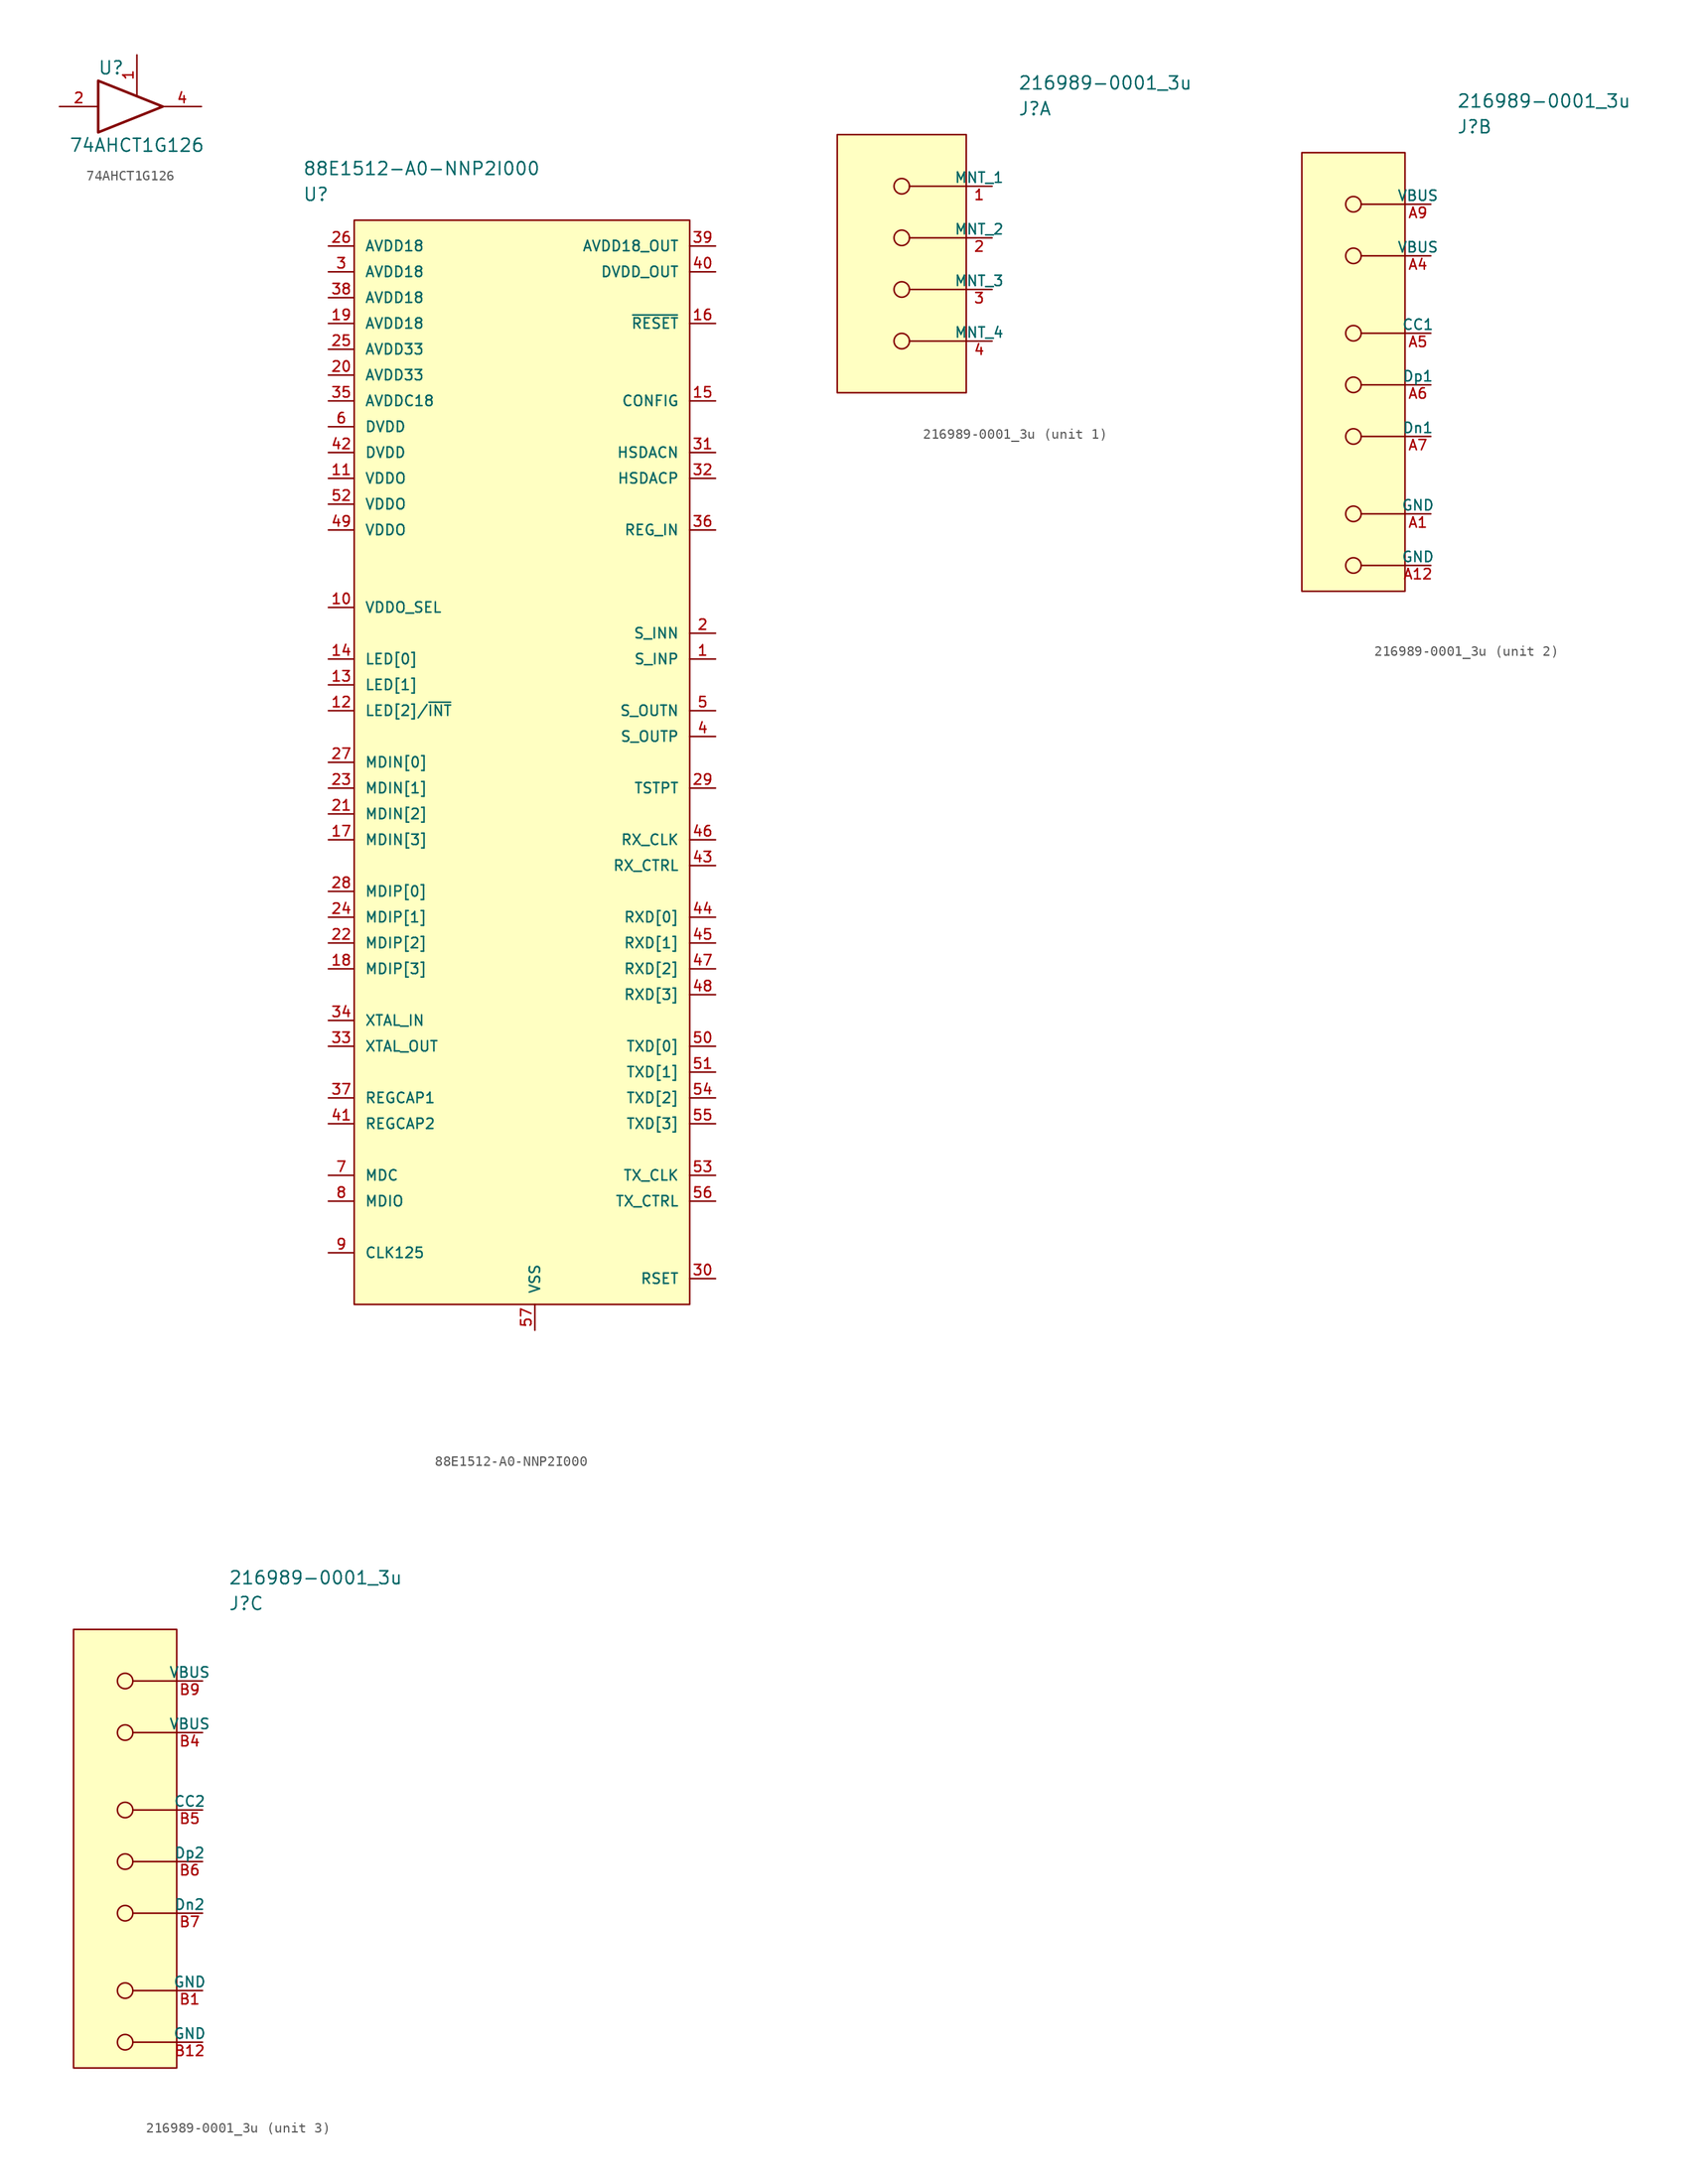
<source format=kicad_sym>
(kicad_symbol_lib
  (version 20220914)
  (generator kicad_symbol_editor)
  (symbol "74AHCT1G126"
    (pin_names
      (offset 1.016))
    (property "Reference" "U"
      (at -2.54 3.81 0)
      (effects (font (size 1.27 1.27))))
    (property "Value" "74AHCT1G126"
      (at 0 -3.81 0)
      (effects (font (size 1.27 1.27))))
    (symbol "74AHCT1G126_0_1"
      (polyline (pts (xy -3.81 2.54) (xy -3.81 -2.54) (xy 2.54 0) (xy -3.81 2.54)) (stroke (width 0.254) (type default)) (fill (type none))))
    (symbol "74AHCT1G126_1_1"
      (pin input line (at 0 5.08 270) (length 3.937) (name "~" (effects (font (size 1.016 1.016)))) (number "1" (effects (font (size 1.016 1.016)))))
      (pin input line (at -7.62 0 0) (length 3.81) (name "~" (effects (font (size 1.016 1.016)))) (number "2" (effects (font (size 1.016 1.016)))))
      (pin passive line (at 1.27 -1.27 270) (length 0) hide (name "GND" (effects (font (size 1.016 1.016)))) (number "3" (effects (font (size 1.016 1.016)))))
      (pin tri_state line (at 6.35 0 180) (length 3.81) (name "~" (effects (font (size 1.016 1.016)))) (number "4" (effects (font (size 1.016 1.016)))))
      (pin passive line (at 1.27 1.27 90) (length 0) hide (name "VCC" (effects (font (size 1.016 1.016)))) (number "5" (effects (font (size 1.016 1.016)))))))
  (symbol "88E1512-A0-NNP2I000"
    (pin_names
      (offset 1.016))
    (property "Reference" "U"
      (at 0 5.08 0)
      (effects (font (size 1.27 1.27)) (justify left)))
    (property "Value" "88E1512-A0-NNP2I000"
      (at 0 7.62 0)
      (effects (font (size 1.27 1.27)) (justify left)))
    (symbol "88E1512-A0-NNP2I000_1_1"
      (rectangle (start 5.08 2.54) (end 38.1 -104.14) (stroke (width 0) (type default)) (fill (type background)))
      (pin input line (at 40.64 -40.64 180) (length 2.54) (name "S_INP" (effects (font (size 1.016 1.016)))) (number "1" (effects (font (size 1.016 1.016)))))
      (pin power_in line (at 2.54 -35.56 0) (length 2.54) (name "VDDO_SEL" (effects (font (size 1.016 1.016)))) (number "10" (effects (font (size 1.016 1.016)))))
      (pin power_in line (at 2.54 -22.86 0) (length 2.54) (name "VDDO" (effects (font (size 1.016 1.016)))) (number "11" (effects (font (size 1.016 1.016)))))
      (pin output line (at 2.54 -45.72 0) (length 2.54) (name "LED[2]/~{INT}" (effects (font (size 1.016 1.016)))) (number "12" (effects (font (size 1.016 1.016)))))
      (pin bidirectional line (at 2.54 -43.18 0) (length 2.54) (name "LED[1]" (effects (font (size 1.016 1.016)))) (number "13" (effects (font (size 1.016 1.016)))))
      (pin output line (at 2.54 -40.64 0) (length 2.54) (name "LED[0]" (effects (font (size 1.016 1.016)))) (number "14" (effects (font (size 1.016 1.016)))))
      (pin input line (at 40.64 -15.24 180) (length 2.54) (name "CONFIG" (effects (font (size 1.016 1.016)))) (number "15" (effects (font (size 1.016 1.016)))))
      (pin input line (at 40.64 -7.62 180) (length 2.54) (name "~{RESET}" (effects (font (size 1.016 1.016)))) (number "16" (effects (font (size 1.016 1.016)))))
      (pin bidirectional line (at 2.54 -58.42 0) (length 2.54) (name "MDIN[3]" (effects (font (size 1.016 1.016)))) (number "17" (effects (font (size 1.016 1.016)))))
      (pin bidirectional line (at 2.54 -71.12 0) (length 2.54) (name "MDIP[3]" (effects (font (size 1.016 1.016)))) (number "18" (effects (font (size 1.016 1.016)))))
      (pin power_in line (at 2.54 -7.62 0) (length 2.54) (name "AVDD18" (effects (font (size 1.016 1.016)))) (number "19" (effects (font (size 1.016 1.016)))))
      (pin input line (at 40.64 -38.1 180) (length 2.54) (name "S_INN" (effects (font (size 1.016 1.016)))) (number "2" (effects (font (size 1.016 1.016)))))
      (pin power_in line (at 2.54 -12.7 0) (length 2.54) (name "AVDD33" (effects (font (size 1.016 1.016)))) (number "20" (effects (font (size 1.016 1.016)))))
      (pin bidirectional line (at 2.54 -55.88 0) (length 2.54) (name "MDIN[2]" (effects (font (size 1.016 1.016)))) (number "21" (effects (font (size 1.016 1.016)))))
      (pin bidirectional line (at 2.54 -68.58 0) (length 2.54) (name "MDIP[2]" (effects (font (size 1.016 1.016)))) (number "22" (effects (font (size 1.016 1.016)))))
      (pin bidirectional line (at 2.54 -53.34 0) (length 2.54) (name "MDIN[1]" (effects (font (size 1.016 1.016)))) (number "23" (effects (font (size 1.016 1.016)))))
      (pin bidirectional line (at 2.54 -66.04 0) (length 2.54) (name "MDIP[1]" (effects (font (size 1.016 1.016)))) (number "24" (effects (font (size 1.016 1.016)))))
      (pin power_in line (at 2.54 -10.16 0) (length 2.54) (name "AVDD33" (effects (font (size 1.016 1.016)))) (number "25" (effects (font (size 1.016 1.016)))))
      (pin power_in line (at 2.54 0 0) (length 2.54) (name "AVDD18" (effects (font (size 1.016 1.016)))) (number "26" (effects (font (size 1.016 1.016)))))
      (pin bidirectional line (at 2.54 -50.8 0) (length 2.54) (name "MDIN[0]" (effects (font (size 1.016 1.016)))) (number "27" (effects (font (size 1.016 1.016)))))
      (pin bidirectional line (at 2.54 -63.5 0) (length 2.54) (name "MDIP[0]" (effects (font (size 1.016 1.016)))) (number "28" (effects (font (size 1.016 1.016)))))
      (pin output line (at 40.64 -53.34 180) (length 2.54) (name "TSTPT" (effects (font (size 1.016 1.016)))) (number "29" (effects (font (size 1.016 1.016)))))
      (pin power_in line (at 2.54 -2.54 0) (length 2.54) (name "AVDD18" (effects (font (size 1.016 1.016)))) (number "3" (effects (font (size 1.016 1.016)))))
      (pin input line (at 40.64 -101.6 180) (length 2.54) (name "RSET" (effects (font (size 1.016 1.016)))) (number "30" (effects (font (size 1.016 1.016)))))
      (pin output line (at 40.64 -20.32 180) (length 2.54) (name "HSDACN" (effects (font (size 1.016 1.016)))) (number "31" (effects (font (size 1.016 1.016)))))
      (pin output line (at 40.64 -22.86 180) (length 2.54) (name "HSDACP" (effects (font (size 1.016 1.016)))) (number "32" (effects (font (size 1.016 1.016)))))
      (pin output line (at 2.54 -78.74 0) (length 2.54) (name "XTAL_OUT" (effects (font (size 1.016 1.016)))) (number "33" (effects (font (size 1.016 1.016)))))
      (pin input line (at 2.54 -76.2 0) (length 2.54) (name "XTAL_IN" (effects (font (size 1.016 1.016)))) (number "34" (effects (font (size 1.016 1.016)))))
      (pin power_in line (at 2.54 -15.24 0) (length 2.54) (name "AVDDC18" (effects (font (size 1.016 1.016)))) (number "35" (effects (font (size 1.016 1.016)))))
      (pin power_in line (at 40.64 -27.94 180) (length 2.54) (name "REG_IN" (effects (font (size 1.016 1.016)))) (number "36" (effects (font (size 1.016 1.016)))))
      (pin passive line (at 2.54 -83.82 0) (length 2.54) (name "REGCAP1" (effects (font (size 1.016 1.016)))) (number "37" (effects (font (size 1.016 1.016)))))
      (pin power_in line (at 2.54 -5.08 0) (length 2.54) (name "AVDD18" (effects (font (size 1.016 1.016)))) (number "38" (effects (font (size 1.016 1.016)))))
      (pin power_in line (at 40.64 0 180) (length 2.54) (name "AVDD18_OUT" (effects (font (size 1.016 1.016)))) (number "39" (effects (font (size 1.016 1.016)))))
      (pin output line (at 40.64 -48.26 180) (length 2.54) (name "S_OUTP" (effects (font (size 1.016 1.016)))) (number "4" (effects (font (size 1.016 1.016)))))
      (pin power_in line (at 40.64 -2.54 180) (length 2.54) (name "DVDD_OUT" (effects (font (size 1.016 1.016)))) (number "40" (effects (font (size 1.016 1.016)))))
      (pin passive line (at 2.54 -86.36 0) (length 2.54) (name "REGCAP2" (effects (font (size 1.016 1.016)))) (number "41" (effects (font (size 1.016 1.016)))))
      (pin power_in line (at 2.54 -20.32 0) (length 2.54) (name "DVDD" (effects (font (size 1.016 1.016)))) (number "42" (effects (font (size 1.016 1.016)))))
      (pin output line (at 40.64 -60.96 180) (length 2.54) (name "RX_CTRL" (effects (font (size 1.016 1.016)))) (number "43" (effects (font (size 1.016 1.016)))))
      (pin output line (at 40.64 -66.04 180) (length 2.54) (name "RXD[0]" (effects (font (size 1.016 1.016)))) (number "44" (effects (font (size 1.016 1.016)))))
      (pin output line (at 40.64 -68.58 180) (length 2.54) (name "RXD[1]" (effects (font (size 1.016 1.016)))) (number "45" (effects (font (size 1.016 1.016)))))
      (pin output line (at 40.64 -58.42 180) (length 2.54) (name "RX_CLK" (effects (font (size 1.016 1.016)))) (number "46" (effects (font (size 1.016 1.016)))))
      (pin output line (at 40.64 -71.12 180) (length 2.54) (name "RXD[2]" (effects (font (size 1.016 1.016)))) (number "47" (effects (font (size 1.016 1.016)))))
      (pin output line (at 40.64 -73.66 180) (length 2.54) (name "RXD[3]" (effects (font (size 1.016 1.016)))) (number "48" (effects (font (size 1.016 1.016)))))
      (pin power_in line (at 2.54 -27.94 0) (length 2.54) (name "VDDO" (effects (font (size 1.016 1.016)))) (number "49" (effects (font (size 1.016 1.016)))))
      (pin output line (at 40.64 -45.72 180) (length 2.54) (name "S_OUTN" (effects (font (size 1.016 1.016)))) (number "5" (effects (font (size 1.016 1.016)))))
      (pin input line (at 40.64 -78.74 180) (length 2.54) (name "TXD[0]" (effects (font (size 1.016 1.016)))) (number "50" (effects (font (size 1.016 1.016)))))
      (pin input line (at 40.64 -81.28 180) (length 2.54) (name "TXD[1]" (effects (font (size 1.016 1.016)))) (number "51" (effects (font (size 1.016 1.016)))))
      (pin power_in line (at 2.54 -25.4 0) (length 2.54) (name "VDDO" (effects (font (size 1.016 1.016)))) (number "52" (effects (font (size 1.016 1.016)))))
      (pin input line (at 40.64 -91.44 180) (length 2.54) (name "TX_CLK" (effects (font (size 1.016 1.016)))) (number "53" (effects (font (size 1.016 1.016)))))
      (pin input line (at 40.64 -83.82 180) (length 2.54) (name "TXD[2]" (effects (font (size 1.016 1.016)))) (number "54" (effects (font (size 1.016 1.016)))))
      (pin input line (at 40.64 -86.36 180) (length 2.54) (name "TXD[3]" (effects (font (size 1.016 1.016)))) (number "55" (effects (font (size 1.016 1.016)))))
      (pin input line (at 40.64 -93.98 180) (length 2.54) (name "TX_CTRL" (effects (font (size 1.016 1.016)))) (number "56" (effects (font (size 1.016 1.016)))))
      (pin power_in line (at 22.86 -106.68 90) (length 2.54) (name "VSS" (effects (font (size 1.016 1.016)))) (number "57" (effects (font (size 1.016 1.016)))))
      (pin power_in line (at 2.54 -17.78 0) (length 2.54) (name "DVDD" (effects (font (size 1.016 1.016)))) (number "6" (effects (font (size 1.016 1.016)))))
      (pin input line (at 2.54 -91.44 0) (length 2.54) (name "MDC" (effects (font (size 1.016 1.016)))) (number "7" (effects (font (size 1.016 1.016)))))
      (pin bidirectional line (at 2.54 -93.98 0) (length 2.54) (name "MDIO" (effects (font (size 1.016 1.016)))) (number "8" (effects (font (size 1.016 1.016)))))
      (pin output line (at 2.54 -99.06 0) (length 2.54) (name "CLK125" (effects (font (size 1.016 1.016)))) (number "9" (effects (font (size 1.016 1.016)))))))
  (symbol "216989-0001_3u"
    (pin_names
      (offset 0))
    (property "Reference" "J"
      (at 0 7.62 0)
      (effects (font (size 1.27 1.27)) (justify left)))
    (property "Value" "216989-0001_3u"
      (at 0 10.16 0)
      (effects (font (size 1.27 1.27)) (justify left)))
    (property "ki_locked" ""
      (at 0 0 0)
      (effects (font (size 1.27 1.27))))
    (symbol "216989-0001_3u_1_1"
      (rectangle (start -17.78 5.08) (end -5.08 -20.32) (stroke (width 0) (type default)) (fill (type background)))
      (circle (center -11.43 -15.24) (radius 0.762) (stroke (width 0) (type default)) (fill (type none)))
      (circle (center -11.43 -10.16) (radius 0.762) (stroke (width 0) (type default)) (fill (type none)))
      (circle (center -11.43 -5.08) (radius 0.762) (stroke (width 0) (type default)) (fill (type none)))
      (circle (center -11.43 0) (radius 0.762) (stroke (width 0) (type default)) (fill (type none)))
      (polyline (pts (xy -10.668 -15.24) (xy -5.08 -15.24)) (stroke (width 0) (type default)) (fill (type none)))
      (polyline (pts (xy -10.668 -10.16) (xy -5.08 -10.16)) (stroke (width 0) (type default)) (fill (type none)))
      (polyline (pts (xy -10.668 -5.08) (xy -5.08 -5.08)) (stroke (width 0) (type default)) (fill (type none)))
      (polyline (pts (xy -10.668 0) (xy -5.08 0)) (stroke (width 0) (type default)) (fill (type none)))
      (pin passive line (at -2.54 0 180) (length 2.54) (name "MNT_1" (effects (font (size 1.016 1.016)))) (number "1" (effects (font (size 1.016 1.016)))))
      (pin passive line (at -2.54 -5.08 180) (length 2.54) (name "MNT_2" (effects (font (size 1.016 1.016)))) (number "2" (effects (font (size 1.016 1.016)))))
      (pin passive line (at -2.54 -10.16 180) (length 2.54) (name "MNT_3" (effects (font (size 1.016 1.016)))) (number "3" (effects (font (size 1.016 1.016)))))
      (pin passive line (at -2.54 -15.24 180) (length 2.54) (name "MNT_4" (effects (font (size 1.016 1.016)))) (number "4" (effects (font (size 1.016 1.016))))))
    (symbol "216989-0001_3u_2_1"
      (rectangle (start -15.24 5.08) (end -5.08 -38.1) (stroke (width 0) (type default)) (fill (type background)))
      (circle (center -10.16 -35.56) (radius 0.762) (stroke (width 0) (type default)) (fill (type none)))
      (circle (center -10.16 -30.48) (radius 0.762) (stroke (width 0) (type default)) (fill (type none)))
      (circle (center -10.16 -22.86) (radius 0.762) (stroke (width 0) (type default)) (fill (type none)))
      (circle (center -10.16 -17.78) (radius 0.762) (stroke (width 0) (type default)) (fill (type none)))
      (circle (center -10.16 -12.7) (radius 0.762) (stroke (width 0) (type default)) (fill (type none)))
      (circle (center -10.16 -5.08) (radius 0.762) (stroke (width 0) (type default)) (fill (type none)))
      (circle (center -10.16 0) (radius 0.762) (stroke (width 0) (type default)) (fill (type none)))
      (polyline (pts (xy -9.398 -35.56) (xy -5.08 -35.56)) (stroke (width 0) (type default)) (fill (type none)))
      (polyline (pts (xy -9.398 -30.48) (xy -5.08 -30.48)) (stroke (width 0) (type default)) (fill (type none)))
      (polyline (pts (xy -9.398 -22.86) (xy -5.08 -22.86)) (stroke (width 0) (type default)) (fill (type none)))
      (polyline (pts (xy -9.398 -17.78) (xy -5.08 -17.78)) (stroke (width 0) (type default)) (fill (type none)))
      (polyline (pts (xy -9.398 -12.7) (xy -5.08 -12.7)) (stroke (width 0) (type default)) (fill (type none)))
      (polyline (pts (xy -9.398 -5.08) (xy -5.08 -5.08)) (stroke (width 0) (type default)) (fill (type none)))
      (polyline (pts (xy -9.398 0) (xy -5.08 0)) (stroke (width 0) (type default)) (fill (type none)))
      (pin power_in line (at -2.54 -30.48 180) (length 2.54) (name "GND" (effects (font (size 1.016 1.016)))) (number "A1" (effects (font (size 1.016 1.016)))))
      (pin power_in line (at -2.54 -35.56 180) (length 2.54) (name "GND" (effects (font (size 1.016 1.016)))) (number "A12" (effects (font (size 1.016 1.016)))))
      (pin passive line (at -2.54 -5.08 180) (length 2.54) (name "VBUS" (effects (font (size 1.016 1.016)))) (number "A4" (effects (font (size 1.016 1.016)))))
      (pin passive line (at -2.54 -12.7 180) (length 2.54) (name "CC1" (effects (font (size 1.016 1.016)))) (number "A5" (effects (font (size 1.016 1.016)))))
      (pin passive line (at -2.54 -17.78 180) (length 2.54) (name "Dp1" (effects (font (size 1.016 1.016)))) (number "A6" (effects (font (size 1.016 1.016)))))
      (pin passive line (at -2.54 -22.86 180) (length 2.54) (name "Dn1" (effects (font (size 1.016 1.016)))) (number "A7" (effects (font (size 1.016 1.016)))))
      (pin power_in line (at -2.54 0 180) (length 2.54) (name "VBUS" (effects (font (size 1.016 1.016)))) (number "A9" (effects (font (size 1.016 1.016))))))
    (symbol "216989-0001_3u_3_1"
      (rectangle (start -15.24 5.08) (end -5.08 -38.1) (stroke (width 0) (type default)) (fill (type background)))
      (circle (center -10.16 -35.56) (radius 0.762) (stroke (width 0) (type default)) (fill (type none)))
      (circle (center -10.16 -30.48) (radius 0.762) (stroke (width 0) (type default)) (fill (type none)))
      (circle (center -10.16 -22.86) (radius 0.762) (stroke (width 0) (type default)) (fill (type none)))
      (circle (center -10.16 -17.78) (radius 0.762) (stroke (width 0) (type default)) (fill (type none)))
      (circle (center -10.16 -12.7) (radius 0.762) (stroke (width 0) (type default)) (fill (type none)))
      (circle (center -10.16 -5.08) (radius 0.762) (stroke (width 0) (type default)) (fill (type none)))
      (circle (center -10.16 0) (radius 0.762) (stroke (width 0) (type default)) (fill (type none)))
      (polyline (pts (xy -9.398 -35.56) (xy -5.08 -35.56)) (stroke (width 0) (type default)) (fill (type none)))
      (polyline (pts (xy -9.398 -30.48) (xy -5.08 -30.48)) (stroke (width 0) (type default)) (fill (type none)))
      (polyline (pts (xy -9.398 -22.86) (xy -5.08 -22.86)) (stroke (width 0) (type default)) (fill (type none)))
      (polyline (pts (xy -9.398 -17.78) (xy -5.08 -17.78)) (stroke (width 0) (type default)) (fill (type none)))
      (polyline (pts (xy -9.398 -12.7) (xy -5.08 -12.7)) (stroke (width 0) (type default)) (fill (type none)))
      (polyline (pts (xy -9.398 -5.08) (xy -5.08 -5.08)) (stroke (width 0) (type default)) (fill (type none)))
      (polyline (pts (xy -9.398 0) (xy -5.08 0)) (stroke (width 0) (type default)) (fill (type none)))
      (pin power_in line (at -2.54 -30.48 180) (length 2.54) (name "GND" (effects (font (size 1.016 1.016)))) (number "B1" (effects (font (size 1.016 1.016)))))
      (pin power_in line (at -2.54 -35.56 180) (length 2.54) (name "GND" (effects (font (size 1.016 1.016)))) (number "B12" (effects (font (size 1.016 1.016)))))
      (pin passive line (at -2.54 -5.08 180) (length 2.54) (name "VBUS" (effects (font (size 1.016 1.016)))) (number "B4" (effects (font (size 1.016 1.016)))))
      (pin passive line (at -2.54 -12.7 180) (length 2.54) (name "CC2" (effects (font (size 1.016 1.016)))) (number "B5" (effects (font (size 1.016 1.016)))))
      (pin passive line (at -2.54 -17.78 180) (length 2.54) (name "Dp2" (effects (font (size 1.016 1.016)))) (number "B6" (effects (font (size 1.016 1.016)))))
      (pin passive line (at -2.54 -22.86 180) (length 2.54) (name "Dn2" (effects (font (size 1.016 1.016)))) (number "B7" (effects (font (size 1.016 1.016)))))
      (pin passive line (at -2.54 0 180) (length 2.54) (name "VBUS" (effects (font (size 1.016 1.016)))) (number "B9" (effects (font (size 1.016 1.016))))))))
</source>
